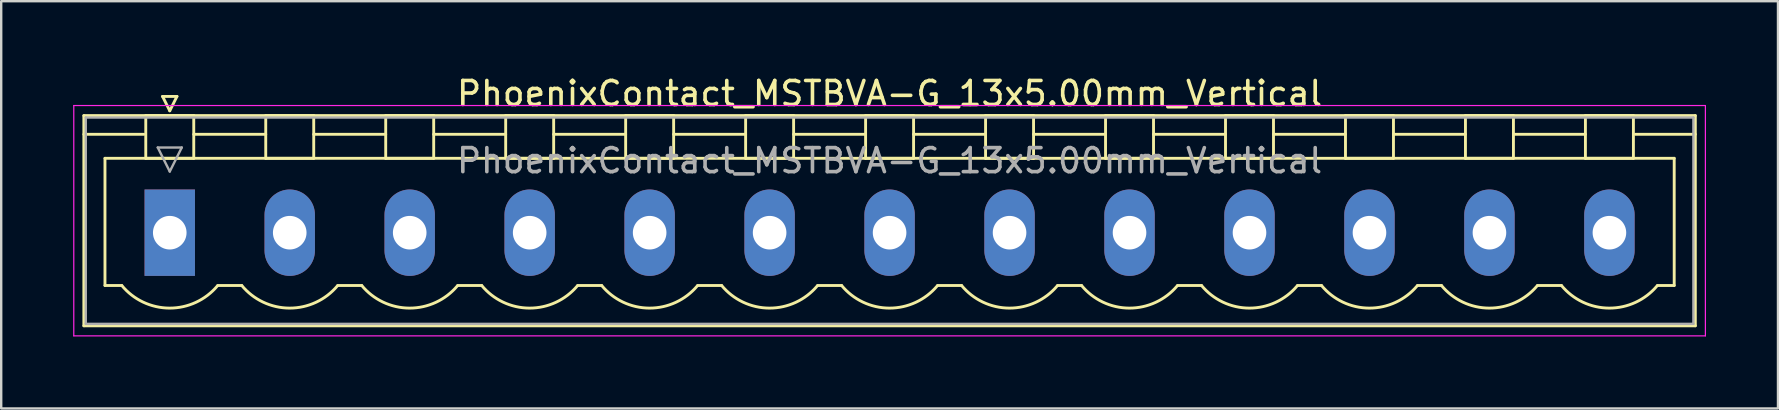
<source format=kicad_pcb>
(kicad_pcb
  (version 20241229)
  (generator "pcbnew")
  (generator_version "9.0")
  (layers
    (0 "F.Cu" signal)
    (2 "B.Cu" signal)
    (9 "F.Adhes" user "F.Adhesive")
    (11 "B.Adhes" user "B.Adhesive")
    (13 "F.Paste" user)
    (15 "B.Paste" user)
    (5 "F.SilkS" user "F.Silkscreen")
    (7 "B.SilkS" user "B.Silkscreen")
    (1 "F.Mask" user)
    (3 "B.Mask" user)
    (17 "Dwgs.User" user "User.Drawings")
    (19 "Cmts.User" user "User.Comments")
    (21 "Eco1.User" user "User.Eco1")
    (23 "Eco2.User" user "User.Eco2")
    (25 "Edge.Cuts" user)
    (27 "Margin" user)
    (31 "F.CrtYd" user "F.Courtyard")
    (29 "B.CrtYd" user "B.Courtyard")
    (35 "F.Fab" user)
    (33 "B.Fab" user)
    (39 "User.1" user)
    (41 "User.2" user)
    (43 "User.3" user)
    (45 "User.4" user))
  (footprint "PhoenixContact_MSTBVA-G_13x5.00mm_Vertical"
    (layer "F.Cu")
    (at 4.025 6.648)
    (property "Reference" "PhoenixContact_MSTBVA-G_13x5.00mm_Vertical" (at 30 -5.8 0) (layer "F.SilkS") (effects (font (size 1 1) (thickness 0.15))))
    (attr through_hole)
    (fp_line (start -3.58 -4.88) (end -3.58 3.88) (stroke (width 0.12) (type solid)) (layer "F.SilkS"))
    (fp_line (start -3.58 -4.1) (end -1.08 -4.1) (stroke (width 0.12) (type solid)) (layer "F.SilkS"))
    (fp_line (start -3.58 3.88) (end 63.58 3.88) (stroke (width 0.12) (type solid)) (layer "F.SilkS"))
    (fp_line (start -2.7 -3.1) (end 62.7 -3.1) (stroke (width 0.12) (type solid)) (layer "F.SilkS"))
    (fp_line (start -2.7 2.2) (end -2.7 -3.1) (stroke (width 0.12) (type solid)) (layer "F.SilkS"))
    (fp_line (start -2 2.2) (end -2.7 2.2) (stroke (width 0.12) (type solid)) (layer "F.SilkS"))
    (fp_line (start -1 -4.88) (end 1 -4.88) (stroke (width 0.12) (type solid)) (layer "F.SilkS"))
    (fp_line (start -1 -3.1) (end -1 -4.88) (stroke (width 0.12) (type solid)) (layer "F.SilkS"))
    (fp_line (start -0.3 -5.68) (end 0.3 -5.68) (stroke (width 0.12) (type solid)) (layer "F.SilkS"))
    (fp_line (start 0 -5.08) (end -0.3 -5.68) (stroke (width 0.12) (type solid)) (layer "F.SilkS"))
    (fp_line (start 0.3 -5.68) (end 0 -5.08) (stroke (width 0.12) (type solid)) (layer "F.SilkS"))
    (fp_line (start 1 -4.88) (end 1 -3.1) (stroke (width 0.12) (type solid)) (layer "F.SilkS"))
    (fp_line (start 1 -4.1) (end 4 -4.1) (stroke (width 0.12) (type solid)) (layer "F.SilkS"))
    (fp_line (start 1 -3.1) (end -1 -3.1) (stroke (width 0.12) (type solid)) (layer "F.SilkS"))
    (fp_line (start 2 2.2) (end 3 2.2) (stroke (width 0.12) (type solid)) (layer "F.SilkS"))
    (fp_line (start 4 -4.88) (end 6 -4.88) (stroke (width 0.12) (type solid)) (layer "F.SilkS"))
    (fp_line (start 4 -3.1) (end 4 -4.88) (stroke (width 0.12) (type solid)) (layer "F.SilkS"))
    (fp_line (start 6 -4.88) (end 6 -3.1) (stroke (width 0.12) (type solid)) (layer "F.SilkS"))
    (fp_line (start 6 -4.1) (end 9 -4.1) (stroke (width 0.12) (type solid)) (layer "F.SilkS"))
    (fp_line (start 6 -3.1) (end 4 -3.1) (stroke (width 0.12) (type solid)) (layer "F.SilkS"))
    (fp_line (start 7 2.2) (end 8 2.2) (stroke (width 0.12) (type solid)) (layer "F.SilkS"))
    (fp_line (start 9 -4.88) (end 11 -4.88) (stroke (width 0.12) (type solid)) (layer "F.SilkS"))
    (fp_line (start 9 -3.1) (end 9 -4.88) (stroke (width 0.12) (type solid)) (layer "F.SilkS"))
    (fp_line (start 11 -4.88) (end 11 -3.1) (stroke (width 0.12) (type solid)) (layer "F.SilkS"))
    (fp_line (start 11 -4.1) (end 14 -4.1) (stroke (width 0.12) (type solid)) (layer "F.SilkS"))
    (fp_line (start 11 -3.1) (end 9 -3.1) (stroke (width 0.12) (type solid)) (layer "F.SilkS"))
    (fp_line (start 12 2.2) (end 13 2.2) (stroke (width 0.12) (type solid)) (layer "F.SilkS"))
    (fp_line (start 14 -4.88) (end 16 -4.88) (stroke (width 0.12) (type solid)) (layer "F.SilkS"))
    (fp_line (start 14 -3.1) (end 14 -4.88) (stroke (width 0.12) (type solid)) (layer "F.SilkS"))
    (fp_line (start 16 -4.88) (end 16 -3.1) (stroke (width 0.12) (type solid)) (layer "F.SilkS"))
    (fp_line (start 16 -4.1) (end 19 -4.1) (stroke (width 0.12) (type solid)) (layer "F.SilkS"))
    (fp_line (start 16 -3.1) (end 14 -3.1) (stroke (width 0.12) (type solid)) (layer "F.SilkS"))
    (fp_line (start 17 2.2) (end 18 2.2) (stroke (width 0.12) (type solid)) (layer "F.SilkS"))
    (fp_line (start 19 -4.88) (end 21 -4.88) (stroke (width 0.12) (type solid)) (layer "F.SilkS"))
    (fp_line (start 19 -3.1) (end 19 -4.88) (stroke (width 0.12) (type solid)) (layer "F.SilkS"))
    (fp_line (start 21 -4.88) (end 21 -3.1) (stroke (width 0.12) (type solid)) (layer "F.SilkS"))
    (fp_line (start 21 -4.1) (end 24 -4.1) (stroke (width 0.12) (type solid)) (layer "F.SilkS"))
    (fp_line (start 21 -3.1) (end 19 -3.1) (stroke (width 0.12) (type solid)) (layer "F.SilkS"))
    (fp_line (start 22 2.2) (end 23 2.2) (stroke (width 0.12) (type solid)) (layer "F.SilkS"))
    (fp_line (start 24 -4.88) (end 26 -4.88) (stroke (width 0.12) (type solid)) (layer "F.SilkS"))
    (fp_line (start 24 -3.1) (end 24 -4.88) (stroke (width 0.12) (type solid)) (layer "F.SilkS"))
    (fp_line (start 26 -4.88) (end 26 -3.1) (stroke (width 0.12) (type solid)) (layer "F.SilkS"))
    (fp_line (start 26 -4.1) (end 29 -4.1) (stroke (width 0.12) (type solid)) (layer "F.SilkS"))
    (fp_line (start 26 -3.1) (end 24 -3.1) (stroke (width 0.12) (type solid)) (layer "F.SilkS"))
    (fp_line (start 27 2.2) (end 28 2.2) (stroke (width 0.12) (type solid)) (layer "F.SilkS"))
    (fp_line (start 29 -4.88) (end 31 -4.88) (stroke (width 0.12) (type solid)) (layer "F.SilkS"))
    (fp_line (start 29 -3.1) (end 29 -4.88) (stroke (width 0.12) (type solid)) (layer "F.SilkS"))
    (fp_line (start 31 -4.88) (end 31 -3.1) (stroke (width 0.12) (type solid)) (layer "F.SilkS"))
    (fp_line (start 31 -4.1) (end 34 -4.1) (stroke (width 0.12) (type solid)) (layer "F.SilkS"))
    (fp_line (start 31 -3.1) (end 29 -3.1) (stroke (width 0.12) (type solid)) (layer "F.SilkS"))
    (fp_line (start 32 2.2) (end 33 2.2) (stroke (width 0.12) (type solid)) (layer "F.SilkS"))
    (fp_line (start 34 -4.88) (end 36 -4.88) (stroke (width 0.12) (type solid)) (layer "F.SilkS"))
    (fp_line (start 34 -3.1) (end 34 -4.88) (stroke (width 0.12) (type solid)) (layer "F.SilkS"))
    (fp_line (start 36 -4.88) (end 36 -3.1) (stroke (width 0.12) (type solid)) (layer "F.SilkS"))
    (fp_line (start 36 -4.1) (end 39 -4.1) (stroke (width 0.12) (type solid)) (layer "F.SilkS"))
    (fp_line (start 36 -3.1) (end 34 -3.1) (stroke (width 0.12) (type solid)) (layer "F.SilkS"))
    (fp_line (start 37 2.2) (end 38 2.2) (stroke (width 0.12) (type solid)) (layer "F.SilkS"))
    (fp_line (start 39 -4.88) (end 41 -4.88) (stroke (width 0.12) (type solid)) (layer "F.SilkS"))
    (fp_line (start 39 -3.1) (end 39 -4.88) (stroke (width 0.12) (type solid)) (layer "F.SilkS"))
    (fp_line (start 41 -4.88) (end 41 -3.1) (stroke (width 0.12) (type solid)) (layer "F.SilkS"))
    (fp_line (start 41 -4.1) (end 44 -4.1) (stroke (width 0.12) (type solid)) (layer "F.SilkS"))
    (fp_line (start 41 -3.1) (end 39 -3.1) (stroke (width 0.12) (type solid)) (layer "F.SilkS"))
    (fp_line (start 42 2.2) (end 43 2.2) (stroke (width 0.12) (type solid)) (layer "F.SilkS"))
    (fp_line (start 44 -4.88) (end 46 -4.88) (stroke (width 0.12) (type solid)) (layer "F.SilkS"))
    (fp_line (start 44 -3.1) (end 44 -4.88) (stroke (width 0.12) (type solid)) (layer "F.SilkS"))
    (fp_line (start 46 -4.88) (end 46 -3.1) (stroke (width 0.12) (type solid)) (layer "F.SilkS"))
    (fp_line (start 46 -4.1) (end 49 -4.1) (stroke (width 0.12) (type solid)) (layer "F.SilkS"))
    (fp_line (start 46 -3.1) (end 44 -3.1) (stroke (width 0.12) (type solid)) (layer "F.SilkS"))
    (fp_line (start 47 2.2) (end 48 2.2) (stroke (width 0.12) (type solid)) (layer "F.SilkS"))
    (fp_line (start 49 -4.88) (end 51 -4.88) (stroke (width 0.12) (type solid)) (layer "F.SilkS"))
    (fp_line (start 49 -3.1) (end 49 -4.88) (stroke (width 0.12) (type solid)) (layer "F.SilkS"))
    (fp_line (start 51 -4.88) (end 51 -3.1) (stroke (width 0.12) (type solid)) (layer "F.SilkS"))
    (fp_line (start 51 -4.1) (end 54 -4.1) (stroke (width 0.12) (type solid)) (layer "F.SilkS"))
    (fp_line (start 51 -3.1) (end 49 -3.1) (stroke (width 0.12) (type solid)) (layer "F.SilkS"))
    (fp_line (start 52 2.2) (end 53 2.2) (stroke (width 0.12) (type solid)) (layer "F.SilkS"))
    (fp_line (start 54 -4.88) (end 56 -4.88) (stroke (width 0.12) (type solid)) (layer "F.SilkS"))
    (fp_line (start 54 -3.1) (end 54 -4.88) (stroke (width 0.12) (type solid)) (layer "F.SilkS"))
    (fp_line (start 56 -4.88) (end 56 -3.1) (stroke (width 0.12) (type solid)) (layer "F.SilkS"))
    (fp_line (start 56 -4.1) (end 59 -4.1) (stroke (width 0.12) (type solid)) (layer "F.SilkS"))
    (fp_line (start 56 -3.1) (end 54 -3.1) (stroke (width 0.12) (type solid)) (layer "F.SilkS"))
    (fp_line (start 57 2.2) (end 58 2.2) (stroke (width 0.12) (type solid)) (layer "F.SilkS"))
    (fp_line (start 59 -4.88) (end 61 -4.88) (stroke (width 0.12) (type solid)) (layer "F.SilkS"))
    (fp_line (start 59 -3.1) (end 59 -4.88) (stroke (width 0.12) (type solid)) (layer "F.SilkS"))
    (fp_line (start 61 -4.88) (end 61 -3.1) (stroke (width 0.12) (type solid)) (layer "F.SilkS"))
    (fp_line (start 61 -3.1) (end 59 -3.1) (stroke (width 0.12) (type solid)) (layer "F.SilkS"))
    (fp_line (start 62.7 -3.1) (end 62.7 2.2) (stroke (width 0.12) (type solid)) (layer "F.SilkS"))
    (fp_line (start 62.7 2.2) (end 62 2.2) (stroke (width 0.12) (type solid)) (layer "F.SilkS"))
    (fp_line (start 63.58 -4.88) (end -3.58 -4.88) (stroke (width 0.12) (type solid)) (layer "F.SilkS"))
    (fp_line (start 63.58 -4.1) (end 61.08 -4.1) (stroke (width 0.12) (type solid)) (layer "F.SilkS"))
    (fp_line (start 63.58 3.88) (end 63.58 -4.88) (stroke (width 0.12) (type solid)) (layer "F.SilkS"))
    (fp_arc (start 1.986842 2.215821) (mid -0.010289 3.142758) (end -2 2.2) (stroke (width 0.12) (type solid)) (layer "F.SilkS"))
    (fp_arc (start 6.986842 2.215821) (mid 4.989711 3.142758) (end 3 2.2) (stroke (width 0.12) (type solid)) (layer "F.SilkS"))
    (fp_arc (start 11.986842 2.215821) (mid 9.989711 3.142758) (end 8 2.2) (stroke (width 0.12) (type solid)) (layer "F.SilkS"))
    (fp_arc (start 16.986842 2.215821) (mid 14.989711 3.142758) (end 13 2.2) (stroke (width 0.12) (type solid)) (layer "F.SilkS"))
    (fp_arc (start 21.986842 2.215821) (mid 19.989711 3.142758) (end 18 2.2) (stroke (width 0.12) (type solid)) (layer "F.SilkS"))
    (fp_arc (start 26.986842 2.215821) (mid 24.989711 3.142758) (end 23 2.2) (stroke (width 0.12) (type solid)) (layer "F.SilkS"))
    (fp_arc (start 31.986842 2.215821) (mid 29.989711 3.142758) (end 28 2.2) (stroke (width 0.12) (type solid)) (layer "F.SilkS"))
    (fp_arc (start 36.986842 2.215821) (mid 34.989711 3.142758) (end 33 2.2) (stroke (width 0.12) (type solid)) (layer "F.SilkS"))
    (fp_arc (start 41.986842 2.215821) (mid 39.989711 3.142758) (end 38 2.2) (stroke (width 0.12) (type solid)) (layer "F.SilkS"))
    (fp_arc (start 46.986842 2.215821) (mid 44.989711 3.142758) (end 43 2.2) (stroke (width 0.12) (type solid)) (layer "F.SilkS"))
    (fp_arc (start 51.986842 2.215821) (mid 49.989711 3.142758) (end 48 2.2) (stroke (width 0.12) (type solid)) (layer "F.SilkS"))
    (fp_arc (start 56.986842 2.215821) (mid 54.989711 3.142758) (end 53 2.2) (stroke (width 0.12) (type solid)) (layer "F.SilkS"))
    (fp_arc (start 61.986842 2.215821) (mid 59.989711 3.142758) (end 58 2.2) (stroke (width 0.12) (type solid)) (layer "F.SilkS"))
    (fp_line (start -4 -5.3) (end -4 4.3) (stroke (width 0.05) (type solid)) (layer "F.CrtYd"))
    (fp_line (start -4 4.3) (end 64 4.3) (stroke (width 0.05) (type solid)) (layer "F.CrtYd"))
    (fp_line (start 64 -5.3) (end -4 -5.3) (stroke (width 0.05) (type solid)) (layer "F.CrtYd"))
    (fp_line (start 64 4.3) (end 64 -5.3) (stroke (width 0.05) (type solid)) (layer "F.CrtYd"))
    (fp_line (start -3.5 -4.8) (end -3.5 3.8) (stroke (width 0.1) (type solid)) (layer "F.Fab"))
    (fp_line (start -3.5 3.8) (end 63.5 3.8) (stroke (width 0.1) (type solid)) (layer "F.Fab"))
    (fp_line (start -0.5 -3.55) (end 0.5 -3.55) (stroke (width 0.1) (type solid)) (layer "F.Fab"))
    (fp_line (start 0 -2.55) (end -0.5 -3.55) (stroke (width 0.1) (type solid)) (layer "F.Fab"))
    (fp_line (start 0.5 -3.55) (end 0 -2.55) (stroke (width 0.1) (type solid)) (layer "F.Fab"))
    (fp_line (start 63.5 -4.8) (end -3.5 -4.8) (stroke (width 0.1) (type solid)) (layer "F.Fab"))
    (fp_line (start 63.5 3.8) (end 63.5 -4.8) (stroke (width 0.1) (type solid)) (layer "F.Fab"))
    (fp_text user "${REFERENCE}" (at 30 -3 0) (layer "F.Fab") (effects (font (size 1 1) (thickness 0.15))))
    (pad "1" thru_hole rect (at 0 0) (size 2.1 3.6) (drill 1.4) (layers "*.Cu" "*.Mask"))
    (pad "2" thru_hole oval (at 5 0) (size 2.1 3.6) (drill 1.4) (layers "*.Cu" "*.Mask"))
    (pad "3" thru_hole oval (at 10 0) (size 2.1 3.6) (drill 1.4) (layers "*.Cu" "*.Mask"))
    (pad "4" thru_hole oval (at 15 0) (size 2.1 3.6) (drill 1.4) (layers "*.Cu" "*.Mask"))
    (pad "5" thru_hole oval (at 20 0) (size 2.1 3.6) (drill 1.4) (layers "*.Cu" "*.Mask"))
    (pad "6" thru_hole oval (at 25 0) (size 2.1 3.6) (drill 1.4) (layers "*.Cu" "*.Mask"))
    (pad "7" thru_hole oval (at 30 0) (size 2.1 3.6) (drill 1.4) (layers "*.Cu" "*.Mask"))
    (pad "8" thru_hole oval (at 35 0) (size 2.1 3.6) (drill 1.4) (layers "*.Cu" "*.Mask"))
    (pad "9" thru_hole oval (at 40 0) (size 2.1 3.6) (drill 1.4) (layers "*.Cu" "*.Mask"))
    (pad "10" thru_hole oval (at 45 0) (size 2.1 3.6) (drill 1.4) (layers "*.Cu" "*.Mask"))
    (pad "11" thru_hole oval (at 50 0) (size 2.1 3.6) (drill 1.4) (layers "*.Cu" "*.Mask"))
    (pad "12" thru_hole oval (at 55 0) (size 2.1 3.6) (drill 1.4) (layers "*.Cu" "*.Mask"))
    (pad "13" thru_hole oval (at 60 0) (size 2.1 3.6) (drill 1.4) (layers "*.Cu" "*.Mask")))
  (gr_rect
    (start -3 -3)
    (end 71.05 13.973)
    (stroke (width 0.1) (type default))
    (fill no)
    (layer "Edge.Cuts")))
</source>
